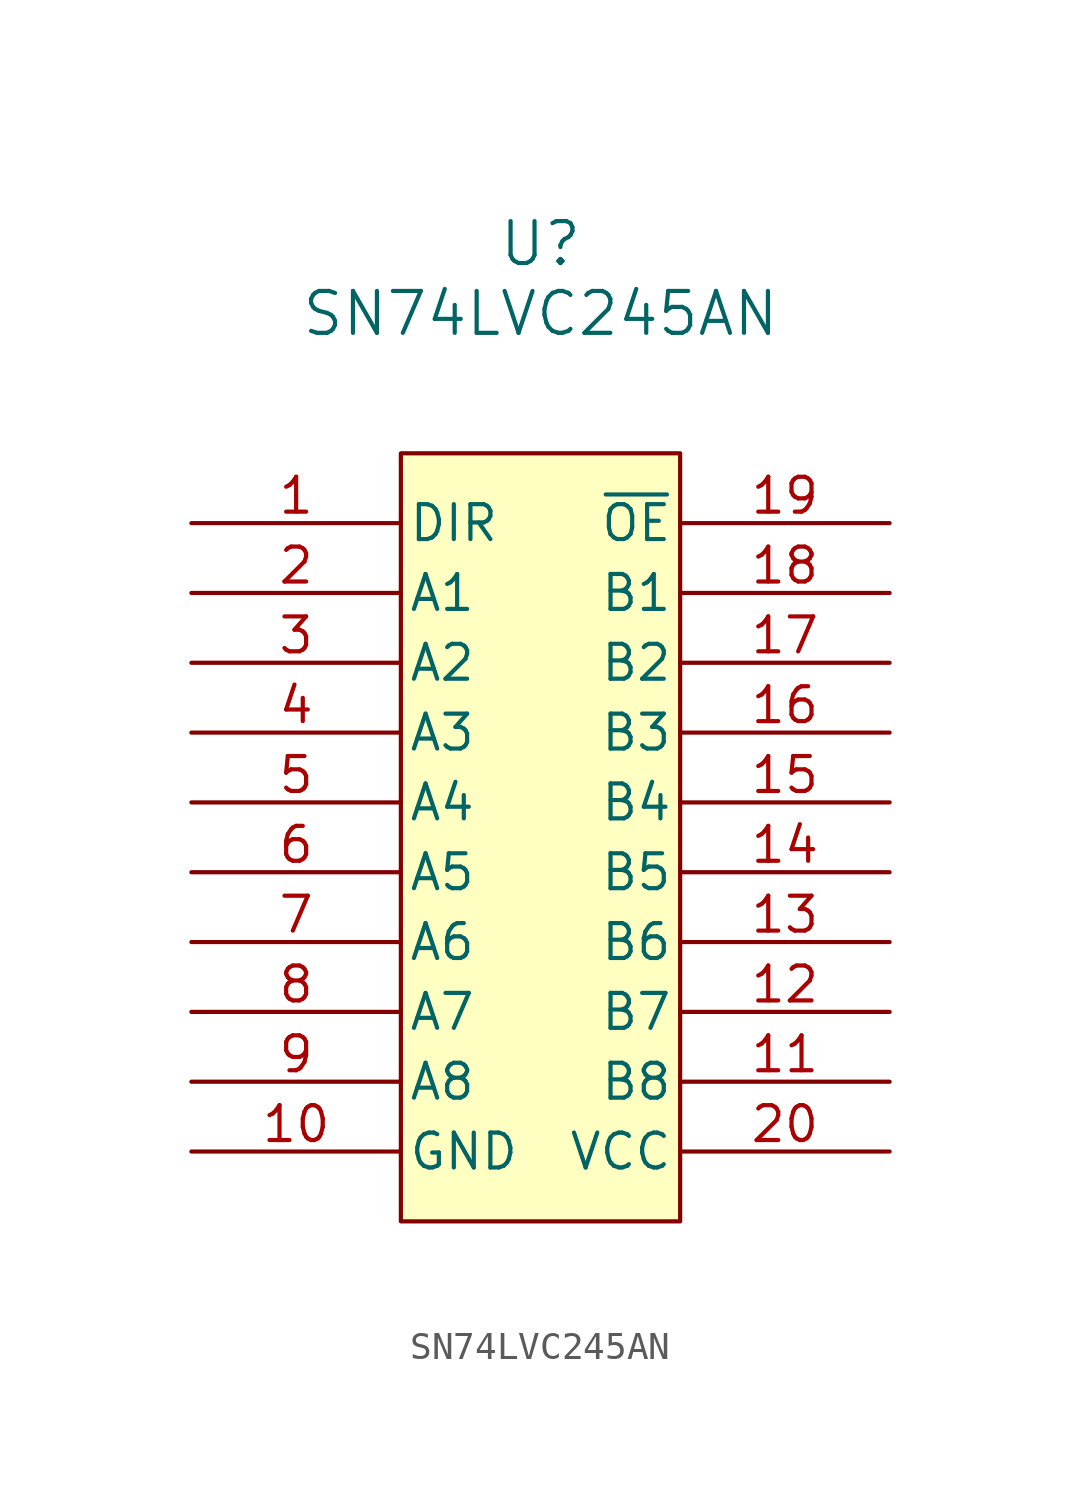
<source format=kicad_sym>
(kicad_symbol_lib
  (version 20231120)
  (generator "kicad_symbol_editor")
  (generator_version "8.0")
  (symbol "SN74LVC245AN"
    (pin_names
      (offset 0.254))
    (property "Reference" "U"
      (at 27.94 10.16 0)
      (effects (font (size 1.524 1.524))))
    (property "Value" "SN74LVC245AN"
      (at 27.94 7.62 0)
      (effects (font (size 1.524 1.524))))
    (symbol "SN74LVC245AN_0_1"
      (pin input line (at 15.24 0 0) (length 7.62) (name "DIR" (effects (font (size 1.27 1.27)))) (number "1" (effects (font (size 1.27 1.27)))))
      (pin power_in line (at 15.24 -22.86 0) (length 7.62) (name "GND" (effects (font (size 1.27 1.27)))) (number "10" (effects (font (size 1.27 1.27)))))
      (pin bidirectional line (at 40.64 -20.32 180) (length 7.62) (name "B8" (effects (font (size 1.27 1.27)))) (number "11" (effects (font (size 1.27 1.27)))))
      (pin bidirectional line (at 40.64 -17.78 180) (length 7.62) (name "B7" (effects (font (size 1.27 1.27)))) (number "12" (effects (font (size 1.27 1.27)))))
      (pin bidirectional line (at 40.64 -15.24 180) (length 7.62) (name "B6" (effects (font (size 1.27 1.27)))) (number "13" (effects (font (size 1.27 1.27)))))
      (pin bidirectional line (at 40.64 -12.7 180) (length 7.62) (name "B5" (effects (font (size 1.27 1.27)))) (number "14" (effects (font (size 1.27 1.27)))))
      (pin bidirectional line (at 40.64 -10.16 180) (length 7.62) (name "B4" (effects (font (size 1.27 1.27)))) (number "15" (effects (font (size 1.27 1.27)))))
      (pin bidirectional line (at 40.64 -7.62 180) (length 7.62) (name "B3" (effects (font (size 1.27 1.27)))) (number "16" (effects (font (size 1.27 1.27)))))
      (pin bidirectional line (at 40.64 -5.08 180) (length 7.62) (name "B2" (effects (font (size 1.27 1.27)))) (number "17" (effects (font (size 1.27 1.27)))))
      (pin bidirectional line (at 40.64 -2.54 180) (length 7.62) (name "B1" (effects (font (size 1.27 1.27)))) (number "18" (effects (font (size 1.27 1.27)))))
      (pin bidirectional line (at 15.24 -2.54 0) (length 7.62) (name "A1" (effects (font (size 1.27 1.27)))) (number "2" (effects (font (size 1.27 1.27)))))
      (pin power_in line (at 40.64 -22.86 180) (length 7.62) (name "VCC" (effects (font (size 1.27 1.27)))) (number "20" (effects (font (size 1.27 1.27)))))
      (pin bidirectional line (at 15.24 -5.08 0) (length 7.62) (name "A2" (effects (font (size 1.27 1.27)))) (number "3" (effects (font (size 1.27 1.27)))))
      (pin bidirectional line (at 15.24 -7.62 0) (length 7.62) (name "A3" (effects (font (size 1.27 1.27)))) (number "4" (effects (font (size 1.27 1.27)))))
      (pin bidirectional line (at 15.24 -10.16 0) (length 7.62) (name "A4" (effects (font (size 1.27 1.27)))) (number "5" (effects (font (size 1.27 1.27)))))
      (pin bidirectional line (at 15.24 -12.7 0) (length 7.62) (name "A5" (effects (font (size 1.27 1.27)))) (number "6" (effects (font (size 1.27 1.27)))))
      (pin bidirectional line (at 15.24 -15.24 0) (length 7.62) (name "A6" (effects (font (size 1.27 1.27)))) (number "7" (effects (font (size 1.27 1.27)))))
      (pin bidirectional line (at 15.24 -17.78 0) (length 7.62) (name "A7" (effects (font (size 1.27 1.27)))) (number "8" (effects (font (size 1.27 1.27)))))
      (pin bidirectional line (at 15.24 -20.32 0) (length 7.62) (name "A8" (effects (font (size 1.27 1.27)))) (number "9" (effects (font (size 1.27 1.27))))))
    (symbol "SN74LVC245AN_1_1"
      (rectangle (start 22.86 2.54) (end 33.02 -25.4) (stroke (width 0) (type default)) (fill (type background)))
      (pin input line (at 40.64 0 180) (length 7.62) (name "~{OE}" (effects (font (size 1.27 1.27)))) (number "19" (effects (font (size 1.27 1.27))))))))
</source>
